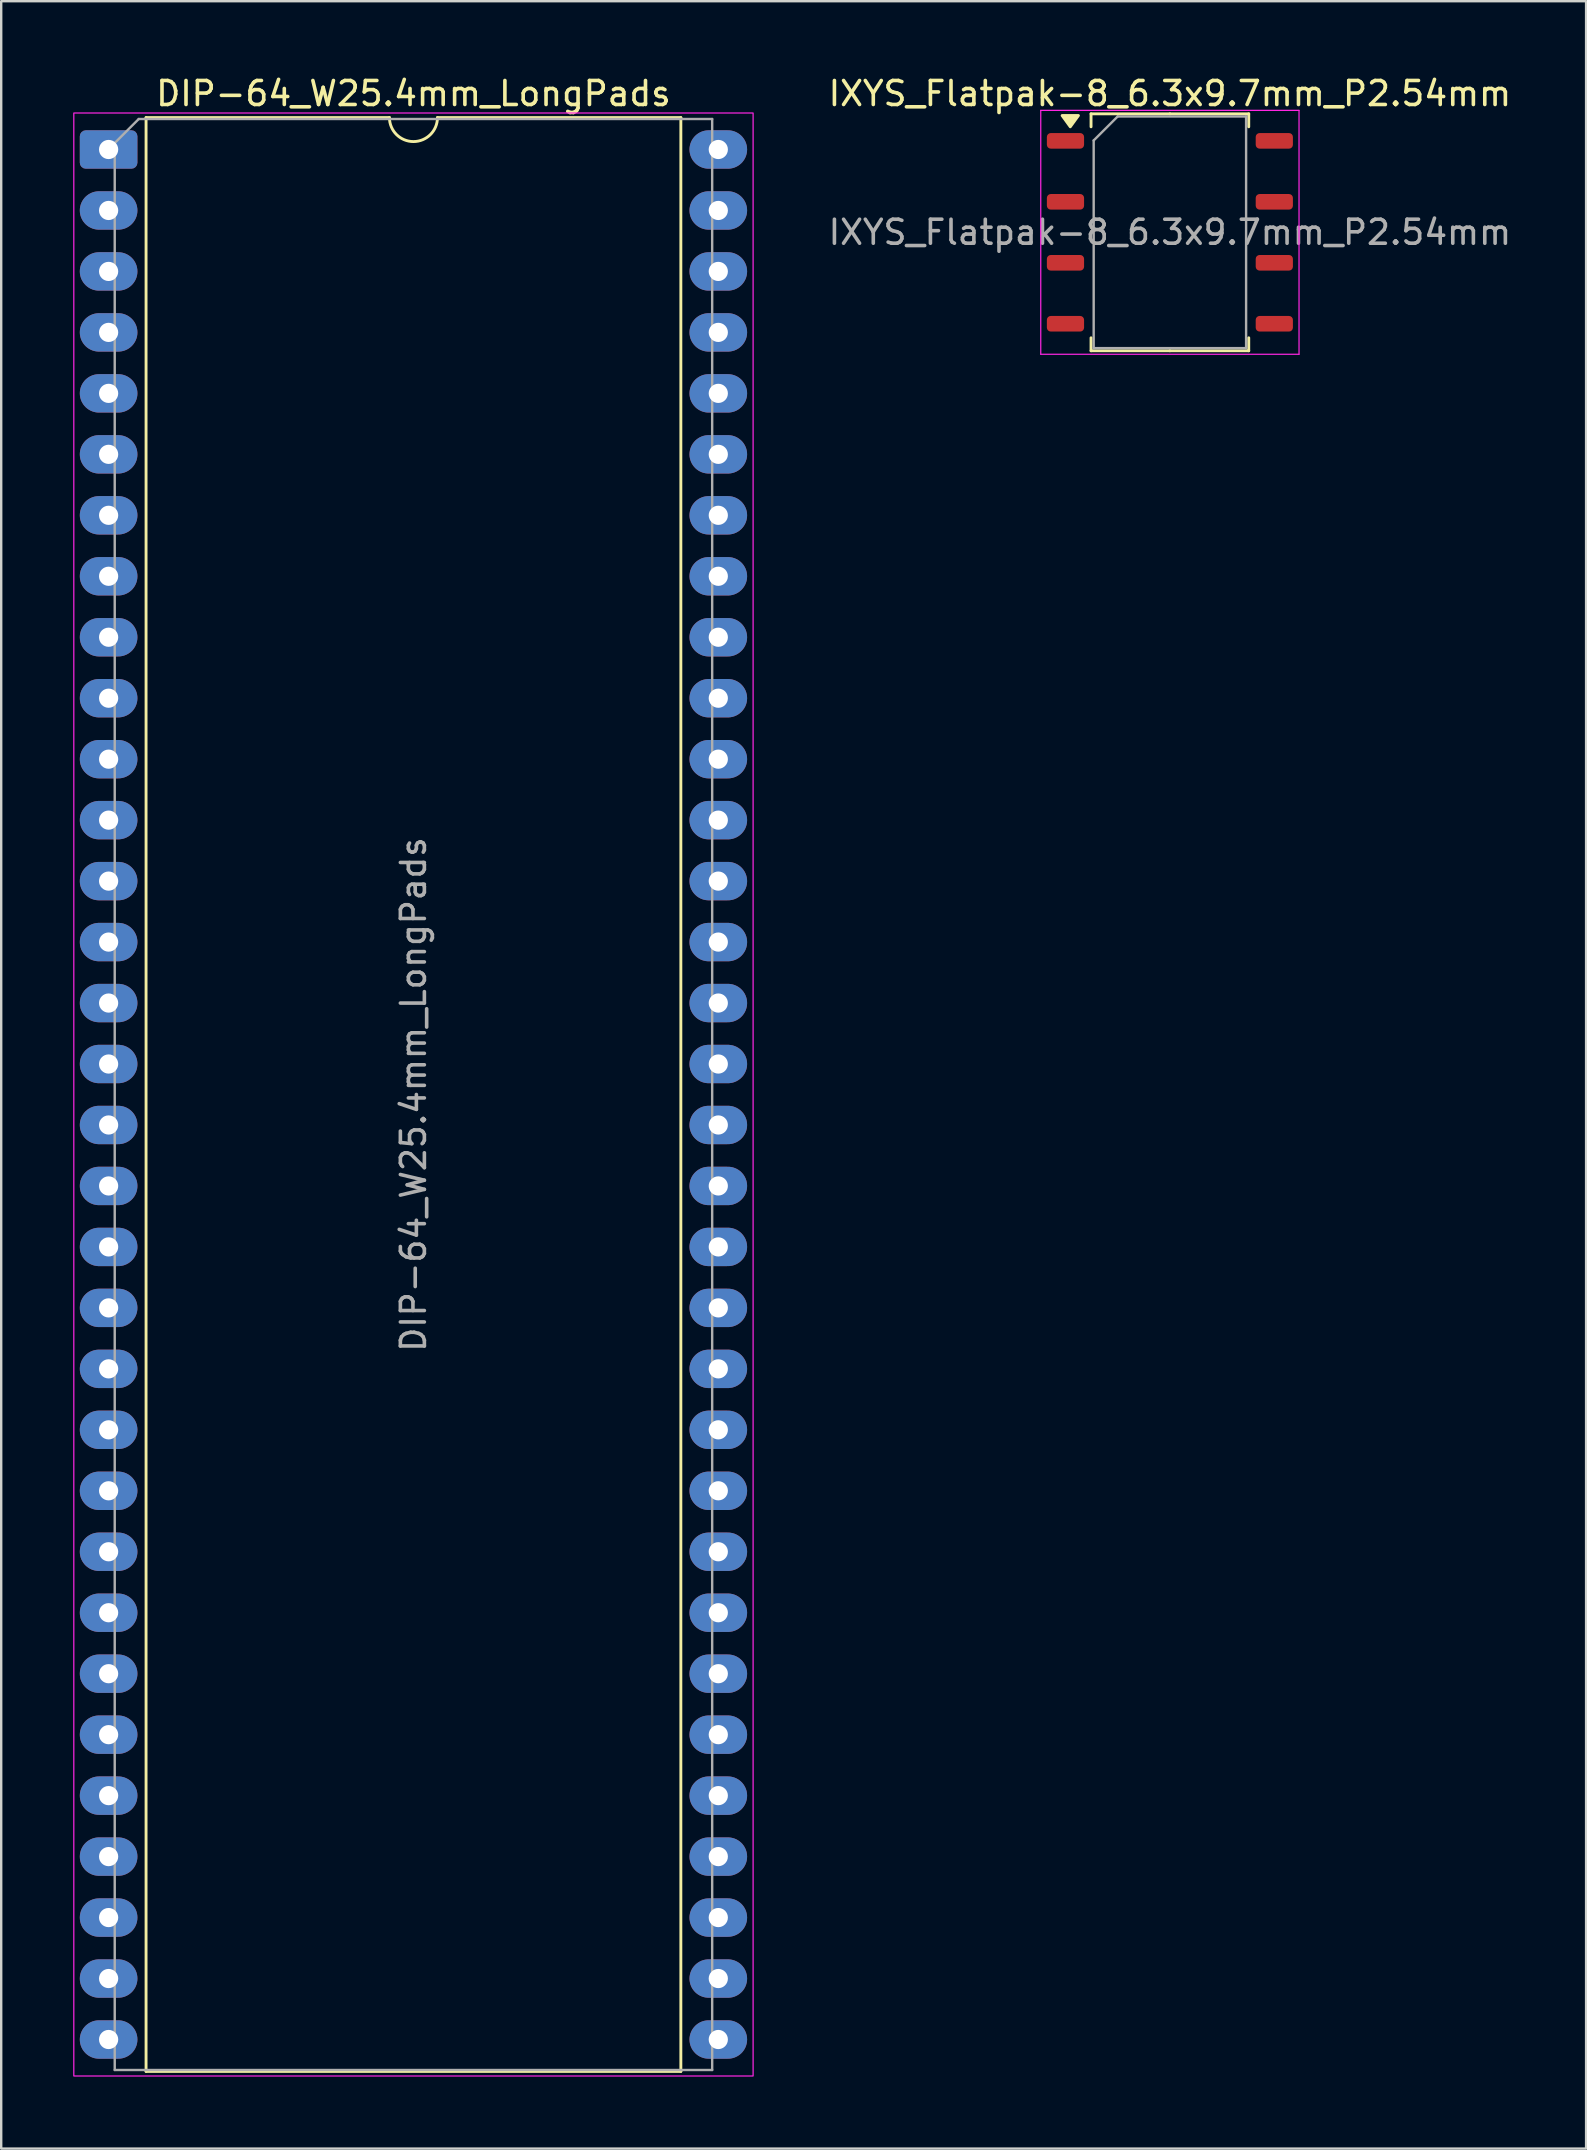
<source format=kicad_pcb>
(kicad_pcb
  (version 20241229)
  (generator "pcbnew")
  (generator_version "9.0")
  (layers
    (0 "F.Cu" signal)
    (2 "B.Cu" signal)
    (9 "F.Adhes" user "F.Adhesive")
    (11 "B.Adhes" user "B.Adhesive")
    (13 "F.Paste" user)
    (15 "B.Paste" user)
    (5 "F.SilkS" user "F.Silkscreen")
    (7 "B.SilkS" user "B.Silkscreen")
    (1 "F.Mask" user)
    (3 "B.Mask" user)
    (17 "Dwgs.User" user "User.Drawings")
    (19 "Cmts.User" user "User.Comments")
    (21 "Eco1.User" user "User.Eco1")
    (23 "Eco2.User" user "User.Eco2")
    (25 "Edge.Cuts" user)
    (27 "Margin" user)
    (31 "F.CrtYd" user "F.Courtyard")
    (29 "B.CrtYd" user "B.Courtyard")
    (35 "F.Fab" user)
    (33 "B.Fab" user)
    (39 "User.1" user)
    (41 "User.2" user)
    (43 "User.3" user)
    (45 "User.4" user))
  (footprint "DIP-64_W25.4mm_LongPads"
    (layer "F.Cu")
    (at 1.475 3.178)
    (property "Reference" "DIP-64_W25.4mm_LongPads" (at 12.7 -2.33 0) (layer "F.SilkS") (effects (font (size 1 1) (thickness 0.15))))
    (attr through_hole)
    (fp_line (start 1.56 -1.33) (end 1.56 80.07) (stroke (width 0.12) (type solid)) (layer "F.SilkS"))
    (fp_line (start 1.56 80.07) (end 23.84 80.07) (stroke (width 0.12) (type solid)) (layer "F.SilkS"))
    (fp_line (start 11.7 -1.33) (end 1.56 -1.33) (stroke (width 0.12) (type solid)) (layer "F.SilkS"))
    (fp_line (start 23.84 -1.33) (end 13.7 -1.33) (stroke (width 0.12) (type solid)) (layer "F.SilkS"))
    (fp_line (start 23.84 80.07) (end 23.84 -1.33) (stroke (width 0.12) (type solid)) (layer "F.SilkS"))
    (fp_arc (start 13.7 -1.33) (mid 12.7 -0.33) (end 11.7 -1.33) (stroke (width 0.12) (type solid)) (layer "F.SilkS"))
    (fp_rect (start -1.45 -1.52) (end 26.85 80.26) (stroke (width 0.05) (type solid)) (fill no) (layer "F.CrtYd"))
    (fp_line (start 0.255 -0.27) (end 1.255 -1.27) (stroke (width 0.1) (type solid)) (layer "F.Fab"))
    (fp_line (start 0.255 80.01) (end 0.255 -0.27) (stroke (width 0.1) (type solid)) (layer "F.Fab"))
    (fp_line (start 1.255 -1.27) (end 25.145 -1.27) (stroke (width 0.1) (type solid)) (layer "F.Fab"))
    (fp_line (start 25.145 -1.27) (end 25.145 80.01) (stroke (width 0.1) (type solid)) (layer "F.Fab"))
    (fp_line (start 25.145 80.01) (end 0.255 80.01) (stroke (width 0.1) (type solid)) (layer "F.Fab"))
    (fp_text user "${REFERENCE}" (at 12.7 39.37 90) (layer "F.Fab") (effects (font (size 1 1) (thickness 0.15))))
    (pad "1" thru_hole roundrect (at 0 0) (size 2.4 1.6) (drill 0.8) (layers "*.Cu" "*.Mask") (roundrect_rratio 0.156))
    (pad "2" thru_hole oval (at 0 2.54) (size 2.4 1.6) (drill 0.8) (layers "*.Cu" "*.Mask"))
    (pad "3" thru_hole oval (at 0 5.08) (size 2.4 1.6) (drill 0.8) (layers "*.Cu" "*.Mask"))
    (pad "4" thru_hole oval (at 0 7.62) (size 2.4 1.6) (drill 0.8) (layers "*.Cu" "*.Mask"))
    (pad "5" thru_hole oval (at 0 10.16) (size 2.4 1.6) (drill 0.8) (layers "*.Cu" "*.Mask"))
    (pad "6" thru_hole oval (at 0 12.7) (size 2.4 1.6) (drill 0.8) (layers "*.Cu" "*.Mask"))
    (pad "7" thru_hole oval (at 0 15.24) (size 2.4 1.6) (drill 0.8) (layers "*.Cu" "*.Mask"))
    (pad "8" thru_hole oval (at 0 17.78) (size 2.4 1.6) (drill 0.8) (layers "*.Cu" "*.Mask"))
    (pad "9" thru_hole oval (at 0 20.32) (size 2.4 1.6) (drill 0.8) (layers "*.Cu" "*.Mask"))
    (pad "10" thru_hole oval (at 0 22.86) (size 2.4 1.6) (drill 0.8) (layers "*.Cu" "*.Mask"))
    (pad "11" thru_hole oval (at 0 25.4) (size 2.4 1.6) (drill 0.8) (layers "*.Cu" "*.Mask"))
    (pad "12" thru_hole oval (at 0 27.94) (size 2.4 1.6) (drill 0.8) (layers "*.Cu" "*.Mask"))
    (pad "13" thru_hole oval (at 0 30.48) (size 2.4 1.6) (drill 0.8) (layers "*.Cu" "*.Mask"))
    (pad "14" thru_hole oval (at 0 33.02) (size 2.4 1.6) (drill 0.8) (layers "*.Cu" "*.Mask"))
    (pad "15" thru_hole oval (at 0 35.56) (size 2.4 1.6) (drill 0.8) (layers "*.Cu" "*.Mask"))
    (pad "16" thru_hole oval (at 0 38.1) (size 2.4 1.6) (drill 0.8) (layers "*.Cu" "*.Mask"))
    (pad "17" thru_hole oval (at 0 40.64) (size 2.4 1.6) (drill 0.8) (layers "*.Cu" "*.Mask"))
    (pad "18" thru_hole oval (at 0 43.18) (size 2.4 1.6) (drill 0.8) (layers "*.Cu" "*.Mask"))
    (pad "19" thru_hole oval (at 0 45.72) (size 2.4 1.6) (drill 0.8) (layers "*.Cu" "*.Mask"))
    (pad "20" thru_hole oval (at 0 48.26) (size 2.4 1.6) (drill 0.8) (layers "*.Cu" "*.Mask"))
    (pad "21" thru_hole oval (at 0 50.8) (size 2.4 1.6) (drill 0.8) (layers "*.Cu" "*.Mask"))
    (pad "22" thru_hole oval (at 0 53.34) (size 2.4 1.6) (drill 0.8) (layers "*.Cu" "*.Mask"))
    (pad "23" thru_hole oval (at 0 55.88) (size 2.4 1.6) (drill 0.8) (layers "*.Cu" "*.Mask"))
    (pad "24" thru_hole oval (at 0 58.42) (size 2.4 1.6) (drill 0.8) (layers "*.Cu" "*.Mask"))
    (pad "25" thru_hole oval (at 0 60.96) (size 2.4 1.6) (drill 0.8) (layers "*.Cu" "*.Mask"))
    (pad "26" thru_hole oval (at 0 63.5) (size 2.4 1.6) (drill 0.8) (layers "*.Cu" "*.Mask"))
    (pad "27" thru_hole oval (at 0 66.04) (size 2.4 1.6) (drill 0.8) (layers "*.Cu" "*.Mask"))
    (pad "28" thru_hole oval (at 0 68.58) (size 2.4 1.6) (drill 0.8) (layers "*.Cu" "*.Mask"))
    (pad "29" thru_hole oval (at 0 71.12) (size 2.4 1.6) (drill 0.8) (layers "*.Cu" "*.Mask"))
    (pad "30" thru_hole oval (at 0 73.66) (size 2.4 1.6) (drill 0.8) (layers "*.Cu" "*.Mask"))
    (pad "31" thru_hole oval (at 0 76.2) (size 2.4 1.6) (drill 0.8) (layers "*.Cu" "*.Mask"))
    (pad "32" thru_hole oval (at 0 78.74) (size 2.4 1.6) (drill 0.8) (layers "*.Cu" "*.Mask"))
    (pad "33" thru_hole oval (at 25.4 78.74) (size 2.4 1.6) (drill 0.8) (layers "*.Cu" "*.Mask"))
    (pad "34" thru_hole oval (at 25.4 76.2) (size 2.4 1.6) (drill 0.8) (layers "*.Cu" "*.Mask"))
    (pad "35" thru_hole oval (at 25.4 73.66) (size 2.4 1.6) (drill 0.8) (layers "*.Cu" "*.Mask"))
    (pad "36" thru_hole oval (at 25.4 71.12) (size 2.4 1.6) (drill 0.8) (layers "*.Cu" "*.Mask"))
    (pad "37" thru_hole oval (at 25.4 68.58) (size 2.4 1.6) (drill 0.8) (layers "*.Cu" "*.Mask"))
    (pad "38" thru_hole oval (at 25.4 66.04) (size 2.4 1.6) (drill 0.8) (layers "*.Cu" "*.Mask"))
    (pad "39" thru_hole oval (at 25.4 63.5) (size 2.4 1.6) (drill 0.8) (layers "*.Cu" "*.Mask"))
    (pad "40" thru_hole oval (at 25.4 60.96) (size 2.4 1.6) (drill 0.8) (layers "*.Cu" "*.Mask"))
    (pad "41" thru_hole oval (at 25.4 58.42) (size 2.4 1.6) (drill 0.8) (layers "*.Cu" "*.Mask"))
    (pad "42" thru_hole oval (at 25.4 55.88) (size 2.4 1.6) (drill 0.8) (layers "*.Cu" "*.Mask"))
    (pad "43" thru_hole oval (at 25.4 53.34) (size 2.4 1.6) (drill 0.8) (layers "*.Cu" "*.Mask"))
    (pad "44" thru_hole oval (at 25.4 50.8) (size 2.4 1.6) (drill 0.8) (layers "*.Cu" "*.Mask"))
    (pad "45" thru_hole oval (at 25.4 48.26) (size 2.4 1.6) (drill 0.8) (layers "*.Cu" "*.Mask"))
    (pad "46" thru_hole oval (at 25.4 45.72) (size 2.4 1.6) (drill 0.8) (layers "*.Cu" "*.Mask"))
    (pad "47" thru_hole oval (at 25.4 43.18) (size 2.4 1.6) (drill 0.8) (layers "*.Cu" "*.Mask"))
    (pad "48" thru_hole oval (at 25.4 40.64) (size 2.4 1.6) (drill 0.8) (layers "*.Cu" "*.Mask"))
    (pad "49" thru_hole oval (at 25.4 38.1) (size 2.4 1.6) (drill 0.8) (layers "*.Cu" "*.Mask"))
    (pad "50" thru_hole oval (at 25.4 35.56) (size 2.4 1.6) (drill 0.8) (layers "*.Cu" "*.Mask"))
    (pad "51" thru_hole oval (at 25.4 33.02) (size 2.4 1.6) (drill 0.8) (layers "*.Cu" "*.Mask"))
    (pad "52" thru_hole oval (at 25.4 30.48) (size 2.4 1.6) (drill 0.8) (layers "*.Cu" "*.Mask"))
    (pad "53" thru_hole oval (at 25.4 27.94) (size 2.4 1.6) (drill 0.8) (layers "*.Cu" "*.Mask"))
    (pad "54" thru_hole oval (at 25.4 25.4) (size 2.4 1.6) (drill 0.8) (layers "*.Cu" "*.Mask"))
    (pad "55" thru_hole oval (at 25.4 22.86) (size 2.4 1.6) (drill 0.8) (layers "*.Cu" "*.Mask"))
    (pad "56" thru_hole oval (at 25.4 20.32) (size 2.4 1.6) (drill 0.8) (layers "*.Cu" "*.Mask"))
    (pad "57" thru_hole oval (at 25.4 17.78) (size 2.4 1.6) (drill 0.8) (layers "*.Cu" "*.Mask"))
    (pad "58" thru_hole oval (at 25.4 15.24) (size 2.4 1.6) (drill 0.8) (layers "*.Cu" "*.Mask"))
    (pad "59" thru_hole oval (at 25.4 12.7) (size 2.4 1.6) (drill 0.8) (layers "*.Cu" "*.Mask"))
    (pad "60" thru_hole oval (at 25.4 10.16) (size 2.4 1.6) (drill 0.8) (layers "*.Cu" "*.Mask"))
    (pad "61" thru_hole oval (at 25.4 7.62) (size 2.4 1.6) (drill 0.8) (layers "*.Cu" "*.Mask"))
    (pad "62" thru_hole oval (at 25.4 5.08) (size 2.4 1.6) (drill 0.8) (layers "*.Cu" "*.Mask"))
    (pad "63" thru_hole oval (at 25.4 2.54) (size 2.4 1.6) (drill 0.8) (layers "*.Cu" "*.Mask"))
    (pad "64" thru_hole oval (at 25.4 0) (size 2.4 1.6) (drill 0.8) (layers "*.Cu" "*.Mask")))
  (footprint "IXYS_Flatpak-8_6.3x9.7mm_P2.54mm"
    (layer "F.Cu")
    (at 45.689 6.628)
    (property "Reference" "IXYS_Flatpak-8_6.3x9.7mm_P2.54mm" (at 0 -5.78 0) (layer "F.SilkS") (effects (font (size 1 1) (thickness 0.15))))
    (attr smd)
    (fp_line (start -3.285 -4.936) (end -3.285 -4.395) (stroke (width 0.12) (type solid)) (layer "F.SilkS"))
    (fp_line (start -3.285 4.936) (end -3.285 4.395) (stroke (width 0.12) (type solid)) (layer "F.SilkS"))
    (fp_line (start 0 -4.936) (end -3.285 -4.936) (stroke (width 0.12) (type solid)) (layer "F.SilkS"))
    (fp_line (start 0 -4.936) (end 3.285 -4.936) (stroke (width 0.12) (type solid)) (layer "F.SilkS"))
    (fp_line (start 0 4.936) (end -3.285 4.936) (stroke (width 0.12) (type solid)) (layer "F.SilkS"))
    (fp_line (start 0 4.936) (end 3.285 4.936) (stroke (width 0.12) (type solid)) (layer "F.SilkS"))
    (fp_line (start 3.285 -4.936) (end 3.285 -4.395) (stroke (width 0.12) (type solid)) (layer "F.SilkS"))
    (fp_line (start 3.285 4.936) (end 3.285 4.395) (stroke (width 0.12) (type solid)) (layer "F.SilkS"))
    (fp_poly (pts (xy -4.15 -4.395) (xy -4.49 -4.865) (xy -3.81 -4.865) (xy -4.15 -4.395)) (stroke (width 0.12) (type solid)) (fill yes) (layer "F.SilkS"))
    (fp_line (start -5.38 -5.08) (end -5.38 5.08) (stroke (width 0.05) (type solid)) (layer "F.CrtYd"))
    (fp_line (start -5.38 5.08) (end 5.38 5.08) (stroke (width 0.05) (type solid)) (layer "F.CrtYd"))
    (fp_line (start 5.38 -5.08) (end -5.38 -5.08) (stroke (width 0.05) (type solid)) (layer "F.CrtYd"))
    (fp_line (start 5.38 5.08) (end 5.38 -5.08) (stroke (width 0.05) (type solid)) (layer "F.CrtYd"))
    (fp_line (start -3.175 -3.826) (end -2.175 -4.826) (stroke (width 0.1) (type solid)) (layer "F.Fab"))
    (fp_line (start -3.175 4.826) (end -3.175 -3.826) (stroke (width 0.1) (type solid)) (layer "F.Fab"))
    (fp_line (start -2.175 -4.826) (end 3.175 -4.826) (stroke (width 0.1) (type solid)) (layer "F.Fab"))
    (fp_line (start 3.175 -4.826) (end 3.175 4.826) (stroke (width 0.1) (type solid)) (layer "F.Fab"))
    (fp_line (start 3.175 4.826) (end -3.175 4.826) (stroke (width 0.1) (type solid)) (layer "F.Fab"))
    (fp_text user "${REFERENCE}" (at 0 0 0) (layer "F.Fab") (effects (font (size 1 1) (thickness 0.15))))
    (pad "1" smd roundrect (at -4.35 -3.81) (size 1.55 0.65) (layers "F.Cu" "F.Mask" "F.Paste") (roundrect_rratio 0.25))
    (pad "2" smd roundrect (at -4.35 -1.27) (size 1.55 0.65) (layers "F.Cu" "F.Mask" "F.Paste") (roundrect_rratio 0.25))
    (pad "3" smd roundrect (at -4.35 1.27) (size 1.55 0.65) (layers "F.Cu" "F.Mask" "F.Paste") (roundrect_rratio 0.25))
    (pad "4" smd roundrect (at -4.35 3.81) (size 1.55 0.65) (layers "F.Cu" "F.Mask" "F.Paste") (roundrect_rratio 0.25))
    (pad "5" smd roundrect (at 4.35 3.81) (size 1.55 0.65) (layers "F.Cu" "F.Mask" "F.Paste") (roundrect_rratio 0.25))
    (pad "6" smd roundrect (at 4.35 1.27) (size 1.55 0.65) (layers "F.Cu" "F.Mask" "F.Paste") (roundrect_rratio 0.25))
    (pad "7" smd roundrect (at 4.35 -1.27) (size 1.55 0.65) (layers "F.Cu" "F.Mask" "F.Paste") (roundrect_rratio 0.25))
    (pad "8" smd roundrect (at 4.35 -3.81) (size 1.55 0.65) (layers "F.Cu" "F.Mask" "F.Paste") (roundrect_rratio 0.25)))
  (gr_rect
    (start -3 -3)
    (end 63.029 86.463)
    (stroke (width 0.1) (type default))
    (fill no)
    (layer "Edge.Cuts")))
</source>
